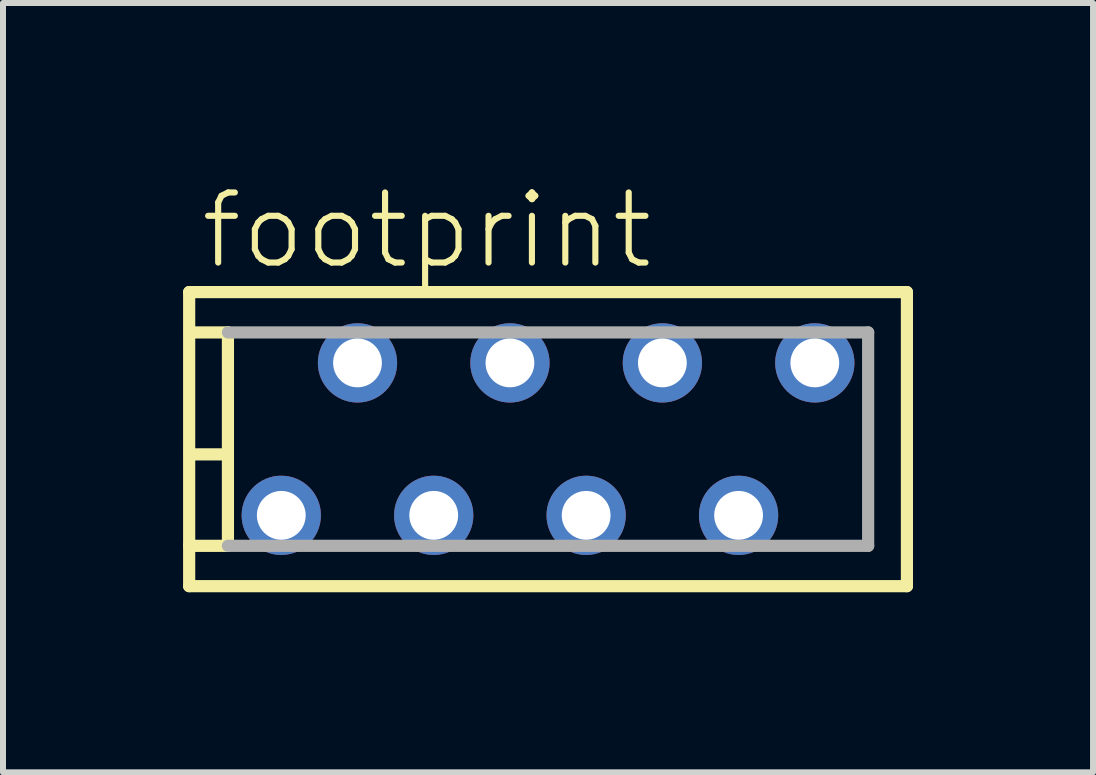
<source format=kicad_pcb>
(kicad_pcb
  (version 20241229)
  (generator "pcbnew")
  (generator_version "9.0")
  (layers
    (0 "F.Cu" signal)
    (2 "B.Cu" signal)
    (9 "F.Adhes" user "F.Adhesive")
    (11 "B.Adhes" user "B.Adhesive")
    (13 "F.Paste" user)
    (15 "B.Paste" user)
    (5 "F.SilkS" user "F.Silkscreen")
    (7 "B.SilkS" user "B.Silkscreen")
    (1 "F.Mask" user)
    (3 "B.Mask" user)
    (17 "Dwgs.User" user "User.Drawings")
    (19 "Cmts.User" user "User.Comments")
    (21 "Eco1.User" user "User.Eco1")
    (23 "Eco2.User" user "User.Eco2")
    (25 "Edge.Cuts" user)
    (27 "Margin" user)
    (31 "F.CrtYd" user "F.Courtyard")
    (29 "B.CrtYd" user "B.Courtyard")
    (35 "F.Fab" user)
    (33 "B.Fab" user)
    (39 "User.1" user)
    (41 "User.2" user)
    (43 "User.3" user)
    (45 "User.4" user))
  (footprint "footprint"
    (layer "F.Cu")
    (at 6.082 4.267)
    (property "Reference" "footprint" (at -5.842 -2.794 0) (layer "F.SilkS") (effects (font (size 1.168 1.168) (thickness 0.102)) (justify left bottom)))
    (fp_line (start -5.98 -2.45) (end -5.98 1.778) (stroke (width 0.203) (type solid)) (layer "F.SilkS"))
    (fp_line (start -5.98 1.778) (end -5.98 2.45) (stroke (width 0.203) (type solid)) (layer "F.SilkS"))
    (fp_line (start -5.98 2.45) (end 5.98 2.45) (stroke (width 0.203) (type solid)) (layer "F.SilkS"))
    (fp_line (start -5.969 -1.778) (end -5.334 -1.778) (stroke (width 0.203) (type solid)) (layer "F.SilkS"))
    (fp_line (start -5.969 0.254) (end -5.334 0.254) (stroke (width 0.203) (type solid)) (layer "F.SilkS"))
    (fp_line (start -5.334 -1.778) (end -5.334 0.254) (stroke (width 0.203) (type solid)) (layer "F.SilkS"))
    (fp_line (start -5.334 0.254) (end -5.334 1.778) (stroke (width 0.203) (type solid)) (layer "F.SilkS"))
    (fp_line (start -5.334 1.778) (end -5.98 1.778) (stroke (width 0.203) (type solid)) (layer "F.SilkS"))
    (fp_line (start 5.98 -2.45) (end -5.98 -2.45) (stroke (width 0.203) (type solid)) (layer "F.SilkS"))
    (fp_line (start 5.98 2.45) (end 5.98 -2.45) (stroke (width 0.203) (type solid)) (layer "F.SilkS"))
    (fp_line (start -5.334 -1.778) (end 5.334 -1.778) (stroke (width 0.203) (type solid)) (layer "F.Fab"))
    (fp_line (start 5.334 -1.778) (end 5.334 1.778) (stroke (width 0.203) (type solid)) (layer "F.Fab"))
    (fp_line (start 5.334 1.778) (end -5.334 1.778) (stroke (width 0.203) (type solid)) (layer "F.Fab"))
    (pad "1" thru_hole circle (at 4.445 -1.27) (size 1.321 1.321) (drill 0.813) (layers "*.Cu" "*.Mask"))
    (pad "2" thru_hole circle (at 3.175 1.27) (size 1.321 1.321) (drill 0.813) (layers "*.Cu" "*.Mask"))
    (pad "3" thru_hole circle (at 1.905 -1.27) (size 1.321 1.321) (drill 0.813) (layers "*.Cu" "*.Mask"))
    (pad "4" thru_hole circle (at 0.635 1.27) (size 1.321 1.321) (drill 0.813) (layers "*.Cu" "*.Mask"))
    (pad "5" thru_hole circle (at -0.635 -1.27) (size 1.321 1.321) (drill 0.813) (layers "*.Cu" "*.Mask"))
    (pad "6" thru_hole circle (at -1.905 1.27) (size 1.321 1.321) (drill 0.813) (layers "*.Cu" "*.Mask"))
    (pad "7" thru_hole circle (at -3.175 -1.27) (size 1.321 1.321) (drill 0.813) (layers "*.Cu" "*.Mask"))
    (pad "8" thru_hole circle (at -4.445 1.27) (size 1.321 1.321) (drill 0.813) (layers "*.Cu" "*.Mask")))
  (gr_rect
    (start -3 -3)
    (end 15.163 9.819)
    (stroke (width 0.1) (type default))
    (fill no)
    (layer "Edge.Cuts")))
</source>
